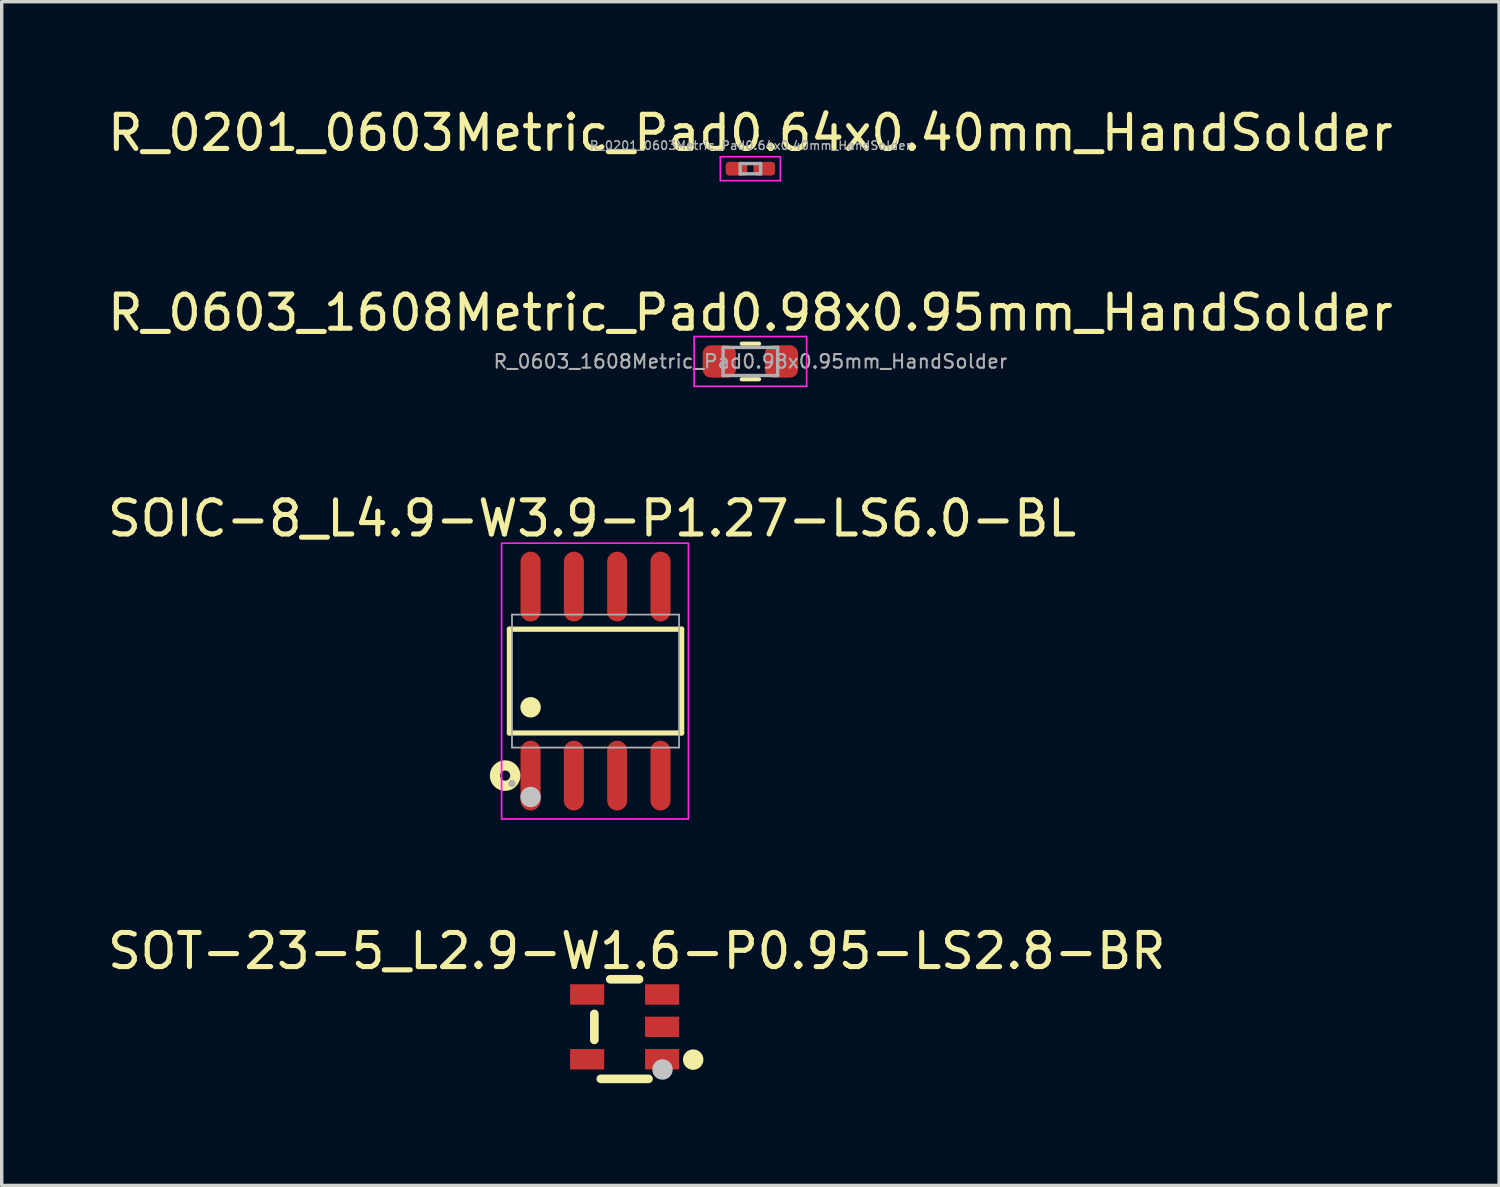
<source format=kicad_pcb>
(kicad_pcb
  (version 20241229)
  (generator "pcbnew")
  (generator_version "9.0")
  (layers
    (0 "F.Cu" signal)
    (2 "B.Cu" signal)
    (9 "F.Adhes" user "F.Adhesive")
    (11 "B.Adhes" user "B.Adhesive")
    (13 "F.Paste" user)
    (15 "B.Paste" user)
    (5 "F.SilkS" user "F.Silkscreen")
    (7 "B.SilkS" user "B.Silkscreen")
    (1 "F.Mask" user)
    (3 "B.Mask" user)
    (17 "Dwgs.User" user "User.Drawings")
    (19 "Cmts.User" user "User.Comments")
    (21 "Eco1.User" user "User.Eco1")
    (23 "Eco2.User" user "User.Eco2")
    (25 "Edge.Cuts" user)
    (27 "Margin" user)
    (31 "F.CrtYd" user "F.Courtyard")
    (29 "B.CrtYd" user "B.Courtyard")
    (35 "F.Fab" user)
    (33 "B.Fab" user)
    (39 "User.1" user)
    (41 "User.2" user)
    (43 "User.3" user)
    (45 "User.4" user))
  (footprint "SOIC-8_L4.9-W3.9-P1.27-LS6.0-BL"
    (layer "F.Cu")
    (at 14.416 16.925)
    (property "Reference" "SOIC-8_L4.9-W3.9-P1.27-LS6.0-BL" (at -0.101 -4.77 180) (layer "F.SilkS") (effects (font (size 1 1) (thickness 0.15))))
    (fp_line (start -2.526 -1.522) (end 2.526 -1.522) (stroke (width 0.152) (type default)) (layer "F.SilkS"))
    (fp_line (start -2.526 1.522) (end -2.526 -1.522) (stroke (width 0.152) (type default)) (layer "F.SilkS"))
    (fp_line (start 2.526 -1.522) (end 2.526 1.522) (stroke (width 0.152) (type default)) (layer "F.SilkS"))
    (fp_line (start 2.526 1.522) (end -2.526 1.522) (stroke (width 0.152) (type default)) (layer "F.SilkS"))
    (fp_circle (center -2.651 2.772) (end -2.502 2.772) (stroke (width 0.3) (type default)) (fill no) (layer "F.SilkS"))
    (fp_circle (center -1.905 0.769) (end -1.755 0.769) (stroke (width 0.3) (type default)) (fill no) (layer "F.SilkS"))
    (fp_circle (center -1.905 3.4) (end -1.755 3.4) (stroke (width 0.3) (type default)) (fill no) (layer "Dwgs.User"))
    (fp_rect (start -2.755 -4.045) (end 2.725 4.045) (stroke (width 0.05) (type default)) (fill no) (layer "F.CrtYd"))
    (fp_line (start -2.45 -1.95) (end 2.45 -1.95) (stroke (width 0.051) (type default)) (layer "F.Fab"))
    (fp_line (start -2.45 1.95) (end -2.45 -1.95) (stroke (width 0.051) (type default)) (layer "F.Fab"))
    (fp_line (start 2.45 -1.95) (end 2.45 1.95) (stroke (width 0.051) (type default)) (layer "F.Fab"))
    (fp_line (start 2.45 1.95) (end -2.45 1.95) (stroke (width 0.051) (type default)) (layer "F.Fab"))
    (fp_poly (pts (xy -2.395 2.977) (xy -2.427 2.945) (xy -2.473 2.945) (xy -2.505 2.977) (xy -2.505 3.023) (xy -2.473 3.055) (xy -2.427 3.055) (xy -2.395 3.023)) (stroke (width 0.1) (type default)) (fill no) (layer "F.Fab"))
    (fp_poly (pts (xy -2.115 -3) (xy -2.115 -2.165) (xy -1.695 -2.165) (xy -1.695 -3)) (stroke (width 0.1) (type default)) (fill no) (layer "User.1"))
    (fp_poly (pts (xy -2.115 -2.175) (xy -2.115 -1.94) (xy -1.695 -1.94) (xy -1.695 -2.175)) (stroke (width 0.1) (type default)) (fill no) (layer "User.1"))
    (fp_poly (pts (xy -2.115 2.175) (xy -2.115 1.94) (xy -1.695 1.94) (xy -1.695 2.175)) (stroke (width 0.1) (type default)) (fill no) (layer "User.1"))
    (fp_poly (pts (xy -2.115 3) (xy -2.115 2.165) (xy -1.695 2.165) (xy -1.695 3)) (stroke (width 0.1) (type default)) (fill no) (layer "User.1"))
    (fp_poly (pts (xy -0.845 -3) (xy -0.845 -2.165) (xy -0.425 -2.165) (xy -0.425 -3)) (stroke (width 0.1) (type default)) (fill no) (layer "User.1"))
    (fp_poly (pts (xy -0.845 -2.175) (xy -0.845 -1.94) (xy -0.425 -1.94) (xy -0.425 -2.175)) (stroke (width 0.1) (type default)) (fill no) (layer "User.1"))
    (fp_poly (pts (xy -0.845 2.175) (xy -0.845 1.94) (xy -0.425 1.94) (xy -0.425 2.175)) (stroke (width 0.1) (type default)) (fill no) (layer "User.1"))
    (fp_poly (pts (xy -0.845 3) (xy -0.845 2.165) (xy -0.425 2.165) (xy -0.425 3)) (stroke (width 0.1) (type default)) (fill no) (layer "User.1"))
    (fp_poly (pts (xy 0.425 -3) (xy 0.425 -2.165) (xy 0.845 -2.165) (xy 0.845 -3)) (stroke (width 0.1) (type default)) (fill no) (layer "User.1"))
    (fp_poly (pts (xy 0.425 -2.175) (xy 0.425 -1.94) (xy 0.845 -1.94) (xy 0.845 -2.175)) (stroke (width 0.1) (type default)) (fill no) (layer "User.1"))
    (fp_poly (pts (xy 0.425 2.175) (xy 0.425 1.94) (xy 0.845 1.94) (xy 0.845 2.175)) (stroke (width 0.1) (type default)) (fill no) (layer "User.1"))
    (fp_poly (pts (xy 0.425 3) (xy 0.425 2.165) (xy 0.845 2.165) (xy 0.845 3)) (stroke (width 0.1) (type default)) (fill no) (layer "User.1"))
    (fp_poly (pts (xy 1.695 -3) (xy 1.695 -2.165) (xy 2.115 -2.165) (xy 2.115 -3)) (stroke (width 0.1) (type default)) (fill no) (layer "User.1"))
    (fp_poly (pts (xy 1.695 -2.175) (xy 1.695 -1.94) (xy 2.115 -1.94) (xy 2.115 -2.175)) (stroke (width 0.1) (type default)) (fill no) (layer "User.1"))
    (fp_poly (pts (xy 1.695 2.175) (xy 1.695 1.94) (xy 2.115 1.94) (xy 2.115 2.175)) (stroke (width 0.1) (type default)) (fill no) (layer "User.1"))
    (fp_poly (pts (xy 1.695 3) (xy 1.695 2.165) (xy 2.115 2.165) (xy 2.115 3)) (stroke (width 0.1) (type default)) (fill no) (layer "User.1"))
    (pad "1" smd oval (at -1.905 2.772) (size 0.588 2.045) (layers "F.Cu" "F.Mask" "F.Paste"))
    (pad "2" smd oval (at -0.635 2.772) (size 0.588 2.045) (layers "F.Cu" "F.Mask" "F.Paste"))
    (pad "3" smd oval (at 0.635 2.772) (size 0.588 2.045) (layers "F.Cu" "F.Mask" "F.Paste"))
    (pad "4" smd oval (at 1.905 2.772) (size 0.588 2.045) (layers "F.Cu" "F.Mask" "F.Paste"))
    (pad "5" smd oval (at 1.905 -2.772) (size 0.588 2.045) (layers "F.Cu" "F.Mask" "F.Paste"))
    (pad "6" smd oval (at 0.635 -2.772) (size 0.588 2.045) (layers "F.Cu" "F.Mask" "F.Paste"))
    (pad "7" smd oval (at -0.635 -2.772) (size 0.588 2.045) (layers "F.Cu" "F.Mask" "F.Paste"))
    (pad "8" smd oval (at -1.905 -2.772) (size 0.588 2.045) (layers "F.Cu" "F.Mask" "F.Paste")))
  (footprint "R_0201_0603Metric_Pad0.64x0.40mm_HandSolder"
    (layer "F.Cu")
    (at 18.958 1.898)
    (property "Reference" "R_0201_0603Metric_Pad0.64x0.40mm_HandSolder" (at 0 -1.05 0) (layer "F.SilkS") (effects (font (size 1 1) (thickness 0.15))))
    (attr smd)
    (fp_line (start -0.88 -0.35) (end 0.88 -0.35) (stroke (width 0.05) (type solid)) (layer "F.CrtYd"))
    (fp_line (start -0.88 0.35) (end -0.88 -0.35) (stroke (width 0.05) (type solid)) (layer "F.CrtYd"))
    (fp_line (start 0.88 -0.35) (end 0.88 0.35) (stroke (width 0.05) (type solid)) (layer "F.CrtYd"))
    (fp_line (start 0.88 0.35) (end -0.88 0.35) (stroke (width 0.05) (type solid)) (layer "F.CrtYd"))
    (fp_line (start -0.3 -0.15) (end 0.3 -0.15) (stroke (width 0.1) (type solid)) (layer "F.Fab"))
    (fp_line (start -0.3 0.15) (end -0.3 -0.15) (stroke (width 0.1) (type solid)) (layer "F.Fab"))
    (fp_line (start 0.3 -0.15) (end 0.3 0.15) (stroke (width 0.1) (type solid)) (layer "F.Fab"))
    (fp_line (start 0.3 0.15) (end -0.3 0.15) (stroke (width 0.1) (type solid)) (layer "F.Fab"))
    (fp_text user "${REFERENCE}" (at 0 -0.68 0) (layer "F.Fab") (effects (font (size 0.25 0.25) (thickness 0.04))))
    (pad "" smd roundrect (at -0.432 0) (size 0.458 0.36) (layers "F.Paste") (roundrect_rratio 0.25))
    (pad "" smd roundrect (at 0.432 0) (size 0.458 0.36) (layers "F.Paste") (roundrect_rratio 0.25))
    (pad "1" smd roundrect (at -0.407 0) (size 0.635 0.4) (layers "F.Cu" "F.Mask") (roundrect_rratio 0.25))
    (pad "2" smd roundrect (at 0.407 0) (size 0.635 0.4) (layers "F.Cu" "F.Mask") (roundrect_rratio 0.25)))
  (footprint "SOT-23-5_L2.9-W1.6-P0.95-LS2.8-BR"
    (layer "F.Cu")
    (at 15.27 27.067)
    (property "Reference" "SOT-23-5_L2.9-W1.6-P0.95-LS2.8-BR" (at 0.355 -2.224 0) (layer "F.SilkS") (effects (font (size 1 1) (thickness 0.15))))
    (fp_line (start -0.889 0.381) (end -0.889 -0.381) (stroke (width 0.254) (type default)) (layer "F.SilkS"))
    (fp_line (start -0.699 1.524) (end 0.699 1.524) (stroke (width 0.254) (type default)) (layer "F.SilkS"))
    (fp_line (start -0.422 -1.397) (end 0.422 -1.397) (stroke (width 0.254) (type default)) (layer "F.SilkS"))
    (fp_circle (center 2.01 0.96) (end 2.16 0.96) (stroke (width 0.3) (type default)) (fill no) (layer "F.SilkS"))
    (fp_circle (center 1.11 1.25) (end 1.26 1.25) (stroke (width 0.3) (type default)) (fill no) (layer "Dwgs.User"))
    (fp_poly (pts (xy -0.95 -0.75) (xy -1.4 -0.75) (xy -1.4 -1.15) (xy -0.95 -1.15)) (stroke (width 0.1) (type default)) (fill no) (layer "User.1"))
    (fp_poly (pts (xy -0.95 1.15) (xy -1.4 1.15) (xy -1.4 0.75) (xy -0.95 0.75)) (stroke (width 0.1) (type default)) (fill no) (layer "User.1"))
    (fp_poly (pts (xy -0.79 -0.75) (xy -0.96 -0.75) (xy -0.96 -1.15) (xy -0.79 -1.15)) (stroke (width 0.1) (type default)) (fill no) (layer "User.1"))
    (fp_poly (pts (xy -0.79 1.15) (xy -0.96 1.15) (xy -0.96 0.75) (xy -0.79 0.75)) (stroke (width 0.1) (type default)) (fill no) (layer "User.1"))
    (fp_poly (pts (xy 0.96 -0.75) (xy 0.79 -0.75) (xy 0.79 -1.15) (xy 0.96 -1.15)) (stroke (width 0.1) (type default)) (fill no) (layer "User.1"))
    (fp_poly (pts (xy 0.96 0.2) (xy 0.79 0.2) (xy 0.79 -0.2) (xy 0.96 -0.2)) (stroke (width 0.1) (type default)) (fill no) (layer "User.1"))
    (fp_poly (pts (xy 0.96 1.15) (xy 0.79 1.15) (xy 0.79 0.75) (xy 0.96 0.75)) (stroke (width 0.1) (type default)) (fill no) (layer "User.1"))
    (fp_poly (pts (xy 1.4 -0.75) (xy 0.95 -0.75) (xy 0.95 -1.15) (xy 1.4 -1.15)) (stroke (width 0.1) (type default)) (fill no) (layer "User.1"))
    (fp_poly (pts (xy 1.4 0.2) (xy 0.95 0.2) (xy 0.95 -0.2) (xy 1.4 -0.2)) (stroke (width 0.1) (type default)) (fill no) (layer "User.1"))
    (fp_poly (pts (xy 1.4 1.15) (xy 0.95 1.15) (xy 0.95 0.75) (xy 1.4 0.75)) (stroke (width 0.1) (type default)) (fill no) (layer "User.1"))
    (fp_line (start -0.8 -1.45) (end 0.8 -1.45) (stroke (width 0.051) (type default)) (layer "User.2"))
    (fp_line (start -0.8 1.45) (end -0.8 -1.45) (stroke (width 0.051) (type default)) (layer "User.2"))
    (fp_line (start 0.8 -1.45) (end 0.8 1.45) (stroke (width 0.051) (type default)) (layer "User.2"))
    (fp_line (start 0.8 1.45) (end -0.8 1.45) (stroke (width 0.051) (type default)) (layer "User.2"))
    (fp_poly (pts (xy 1.455 1.427) (xy 1.423 1.395) (xy 1.377 1.395) (xy 1.345 1.427) (xy 1.345 1.473) (xy 1.377 1.505) (xy 1.423 1.505) (xy 1.455 1.473)) (stroke (width 0.1) (type default)) (fill no) (layer "User.3"))
    (pad "1" smd rect (at 1.1 0.95 90) (size 0.6 1) (layers "F.Cu" "F.Mask" "F.Paste"))
    (pad "2" smd rect (at 1.1 0 90) (size 0.6 1) (layers "F.Cu" "F.Mask" "F.Paste"))
    (pad "3" smd rect (at 1.1 -0.95 90) (size 0.6 1) (layers "F.Cu" "F.Mask" "F.Paste"))
    (pad "4" smd rect (at -1.1 -0.95 90) (size 0.6 1) (layers "F.Cu" "F.Mask" "F.Paste"))
    (pad "5" smd rect (at -1.1 0.95 90) (size 0.6 1) (layers "F.Cu" "F.Mask" "F.Paste")))
  (footprint "R_0603_1608Metric_Pad0.98x0.95mm_HandSolder"
    (layer "F.Cu")
    (at 18.958 7.551)
    (property "Reference" "R_0603_1608Metric_Pad0.98x0.95mm_HandSolder" (at 0 -1.43 0) (layer "F.SilkS") (effects (font (size 1 1) (thickness 0.15))))
    (attr smd)
    (fp_line (start -0.255 -0.522) (end 0.255 -0.522) (stroke (width 0.12) (type solid)) (layer "F.SilkS"))
    (fp_line (start -0.255 0.522) (end 0.255 0.522) (stroke (width 0.12) (type solid)) (layer "F.SilkS"))
    (fp_line (start -1.65 -0.73) (end 1.65 -0.73) (stroke (width 0.05) (type solid)) (layer "F.CrtYd"))
    (fp_line (start -1.65 0.73) (end -1.65 -0.73) (stroke (width 0.05) (type solid)) (layer "F.CrtYd"))
    (fp_line (start 1.65 -0.73) (end 1.65 0.73) (stroke (width 0.05) (type solid)) (layer "F.CrtYd"))
    (fp_line (start 1.65 0.73) (end -1.65 0.73) (stroke (width 0.05) (type solid)) (layer "F.CrtYd"))
    (fp_line (start -0.8 -0.412) (end 0.8 -0.412) (stroke (width 0.1) (type solid)) (layer "F.Fab"))
    (fp_line (start -0.8 0.412) (end -0.8 -0.412) (stroke (width 0.1) (type solid)) (layer "F.Fab"))
    (fp_line (start 0.8 -0.412) (end 0.8 0.412) (stroke (width 0.1) (type solid)) (layer "F.Fab"))
    (fp_line (start 0.8 0.412) (end -0.8 0.412) (stroke (width 0.1) (type solid)) (layer "F.Fab"))
    (fp_text user "${REFERENCE}" (at 0 0 0) (layer "F.Fab") (effects (font (size 0.4 0.4) (thickness 0.06))))
    (pad "1" smd roundrect (at -0.912 0) (size 0.975 0.95) (layers "F.Cu" "F.Mask" "F.Paste") (roundrect_rratio 0.25))
    (pad "2" smd roundrect (at 0.912 0) (size 0.975 0.95) (layers "F.Cu" "F.Mask" "F.Paste") (roundrect_rratio 0.25)))
  (gr_rect
    (start -3 -3)
    (end 40.917 31.718)
    (stroke (width 0.1) (type default))
    (fill no)
    (layer "Edge.Cuts")))
</source>
